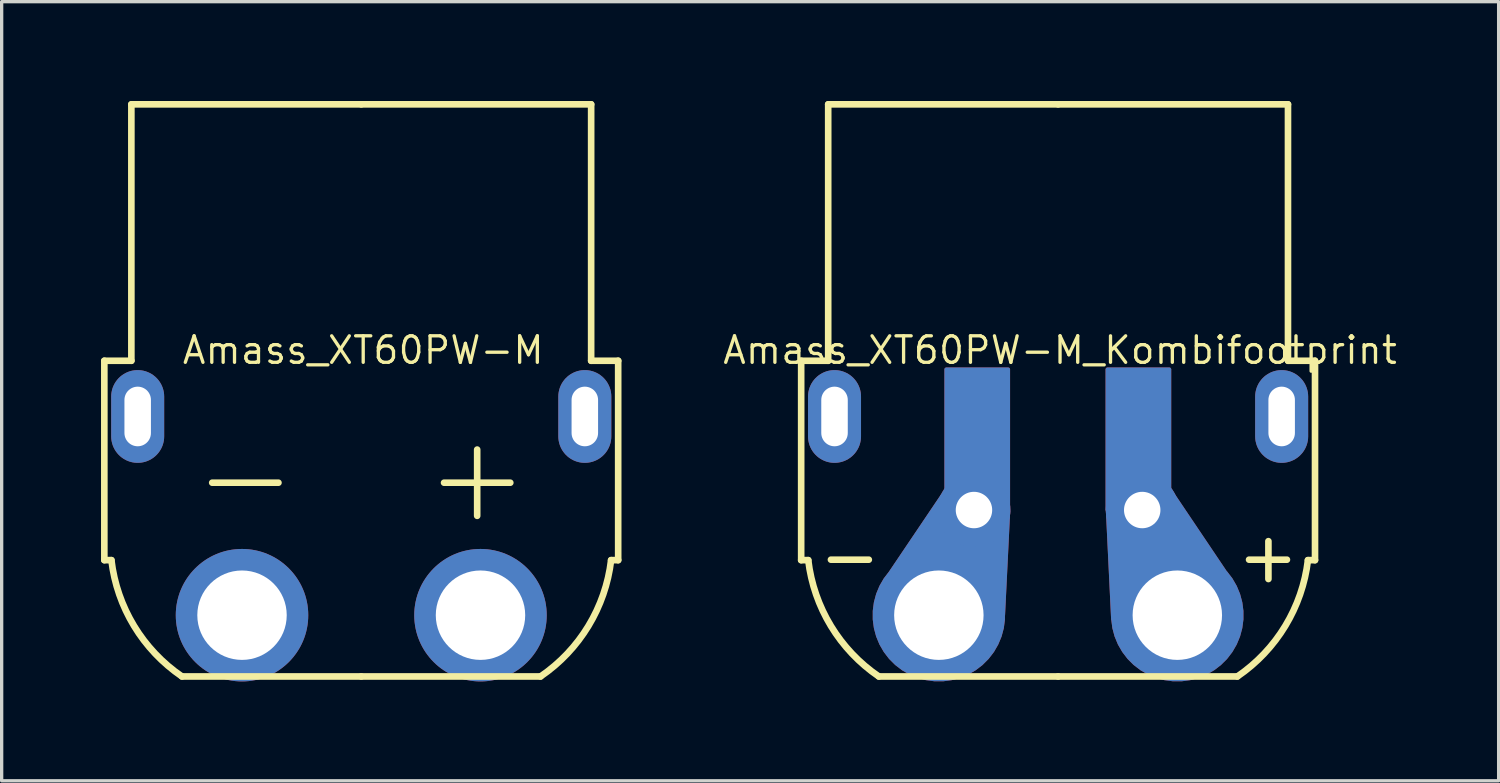
<source format=kicad_pcb>
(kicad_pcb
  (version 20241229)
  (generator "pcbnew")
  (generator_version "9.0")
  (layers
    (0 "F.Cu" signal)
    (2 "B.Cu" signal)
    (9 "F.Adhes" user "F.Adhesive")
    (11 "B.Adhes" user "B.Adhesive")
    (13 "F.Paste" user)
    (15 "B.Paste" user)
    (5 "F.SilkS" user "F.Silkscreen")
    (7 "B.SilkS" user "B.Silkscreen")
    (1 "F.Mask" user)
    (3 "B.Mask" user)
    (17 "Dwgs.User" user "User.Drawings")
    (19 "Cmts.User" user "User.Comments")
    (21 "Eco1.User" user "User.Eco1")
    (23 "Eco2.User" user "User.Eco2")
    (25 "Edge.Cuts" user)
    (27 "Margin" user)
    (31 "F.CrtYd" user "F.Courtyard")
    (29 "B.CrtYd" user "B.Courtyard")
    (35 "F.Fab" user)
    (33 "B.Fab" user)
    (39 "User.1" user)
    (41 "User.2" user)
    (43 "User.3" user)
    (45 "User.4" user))
  (footprint "Amass_XT60PW-M"
    (layer "F.Cu")
    (at 7.857 15.524)
    (property "Reference" "Amass_XT60PW-M" (at 0.059 -8 0) (layer "F.SilkS") (effects (font (size 0.8 0.8) (thickness 0.1))))
    (attr through_hole)
    (fp_line (start -7.757 -7.682) (end -7.757 -1.662) (stroke (width 0.2) (type solid)) (layer "F.SilkS"))
    (fp_line (start -7.757 -1.662) (end -7.543 -1.662) (stroke (width 0.2) (type solid)) (layer "F.SilkS"))
    (fp_line (start -6.941 -15.424) (end -6.941 -7.682) (stroke (width 0.2) (type solid)) (layer "F.SilkS"))
    (fp_line (start -6.941 -15.424) (end 0 -15.424) (stroke (width 0.2) (type solid)) (layer "F.SilkS"))
    (fp_line (start -6.941 -7.682) (end -7.757 -7.682) (stroke (width 0.2) (type solid)) (layer "F.SilkS"))
    (fp_line (start -5.413 1.85) (end 0 1.85) (stroke (width 0.2) (type solid)) (layer "F.SilkS"))
    (fp_line (start -4.5 -4) (end -2.5 -4) (stroke (width 0.2) (type solid)) (layer "F.SilkS"))
    (fp_line (start 2.5 -4) (end 4.5 -4) (stroke (width 0.2) (type solid)) (layer "F.SilkS"))
    (fp_line (start 3.5 -5) (end 3.5 -3) (stroke (width 0.2) (type solid)) (layer "F.SilkS"))
    (fp_line (start 5.413 1.85) (end 0 1.85) (stroke (width 0.2) (type solid)) (layer "F.SilkS"))
    (fp_line (start 6.941 -15.424) (end 0 -15.424) (stroke (width 0.2) (type solid)) (layer "F.SilkS"))
    (fp_line (start 6.941 -15.424) (end 6.941 -7.682) (stroke (width 0.2) (type solid)) (layer "F.SilkS"))
    (fp_line (start 6.941 -7.682) (end 7.757 -7.682) (stroke (width 0.2) (type solid)) (layer "F.SilkS"))
    (fp_line (start 7.757 -7.682) (end 7.757 -1.662) (stroke (width 0.2) (type solid)) (layer "F.SilkS"))
    (fp_line (start 7.757 -1.662) (end 7.543 -1.662) (stroke (width 0.2) (type solid)) (layer "F.SilkS"))
    (fp_arc (start -5.413054 1.85) (mid -6.858863 0.324953) (end -7.543269 -1.661935) (stroke (width 0.2) (type solid)) (layer "F.SilkS"))
    (fp_arc (start 7.543269 -1.661935) (mid 6.858863 0.324952) (end 5.413054 1.85) (stroke (width 0.2) (type solid)) (layer "F.SilkS"))
    (pad "" thru_hole oval (at -6.75 -6) (size 1.6 2.8) (drill oval 0.8 1.8) (layers "*.Cu" "*.Mask"))
    (pad "" thru_hole oval (at 6.75 -6) (size 1.6 2.8) (drill oval 0.8 1.8) (layers "*.Cu" "*.Mask"))
    (pad "1" thru_hole circle (at -3.6 0) (size 4 4) (drill 2.7) (layers "*.Cu" "*.Mask"))
    (pad "2" thru_hole circle (at 3.6 0) (size 4 4) (drill 2.7) (layers "*.Cu" "*.Mask")))
  (footprint "Amass_XT60PW-M_Kombifootprint"
    (layer "F.Cu")
    (at 28.896 15.524)
    (property "Reference" "Amass_XT60PW-M_Kombifootprint" (at 0.059 -8 0) (layer "F.SilkS") (effects (font (size 0.8 0.8) (thickness 0.1))))
    (attr through_hole)
    (fp_line (start -7.757 -7.682) (end -7.757 -1.662) (stroke (width 0.2) (type solid)) (layer "F.SilkS"))
    (fp_line (start -7.757 -1.662) (end -7.543 -1.662) (stroke (width 0.2) (type solid)) (layer "F.SilkS"))
    (fp_line (start -6.941 -15.424) (end -6.941 -7.682) (stroke (width 0.2) (type solid)) (layer "F.SilkS"))
    (fp_line (start -6.941 -15.424) (end 0 -15.424) (stroke (width 0.2) (type solid)) (layer "F.SilkS"))
    (fp_line (start -6.941 -7.682) (end -7.757 -7.682) (stroke (width 0.2) (type solid)) (layer "F.SilkS"))
    (fp_line (start -6.858 -1.676) (end -5.715 -1.676) (stroke (width 0.2) (type solid)) (layer "F.SilkS"))
    (fp_line (start -5.413 1.85) (end 0 1.85) (stroke (width 0.2) (type solid)) (layer "F.SilkS"))
    (fp_line (start 5.413 1.85) (end 0 1.85) (stroke (width 0.2) (type solid)) (layer "F.SilkS"))
    (fp_line (start 5.766 -1.676) (end 6.909 -1.676) (stroke (width 0.2) (type solid)) (layer "F.SilkS"))
    (fp_line (start 6.35 -1.092) (end 6.35 -2.235) (stroke (width 0.2) (type solid)) (layer "F.SilkS"))
    (fp_line (start 6.941 -15.424) (end 0 -15.424) (stroke (width 0.2) (type solid)) (layer "F.SilkS"))
    (fp_line (start 6.941 -15.424) (end 6.941 -7.682) (stroke (width 0.2) (type solid)) (layer "F.SilkS"))
    (fp_line (start 6.941 -7.682) (end 7.757 -7.682) (stroke (width 0.2) (type solid)) (layer "F.SilkS"))
    (fp_line (start 7.757 -7.682) (end 7.757 -1.662) (stroke (width 0.2) (type solid)) (layer "F.SilkS"))
    (fp_line (start 7.757 -1.662) (end 7.543 -1.662) (stroke (width 0.2) (type solid)) (layer "F.SilkS"))
    (fp_arc (start -5.413054 1.85) (mid -6.858863 0.324953) (end -7.543269 -1.661935) (stroke (width 0.2) (type solid)) (layer "F.SilkS"))
    (fp_arc (start 7.543269 -1.661935) (mid 6.858863 0.324952) (end 5.413054 1.85) (stroke (width 0.2) (type solid)) (layer "F.SilkS"))
    (pad "" thru_hole oval (at -6.75 -6) (size 1.6 2.8) (drill oval 0.8 1.8) (layers "*.Cu" "*.Mask"))
    (pad "" thru_hole oval (at 6.75 -6) (size 1.6 2.8) (drill oval 0.8 1.8) (layers "*.Cu" "*.Mask"))
    (pad "1" thru_hole custom (at -3.6 0) (size 4 4) (drill 2.7) (layers "*.Cu" "*.Mask") (options (anchor circle)) (primitives (gr_poly (pts (xy -1.861 0) (xy 1.949 0) (xy 2.104 -3.147) (xy 1.695 -3.937) (xy 1.441 -4.064) (xy 0.107 -3.619) (xy -1.734 -0.889)) (width 0.1) (fill yes)) (gr_poly (pts (xy 0.218 -3.175) (xy 0.218 -7.429) (xy 2.1 -7.429) (xy 2.1 -3.175)) (width 0.1) (fill yes))))
    (pad "1" thru_hole circle (at -2.54 -3.175) (size 2.2 2.2) (drill 1.1) (layers "*.Cu" "*.Mask"))
    (pad "2" thru_hole circle (at 2.54 -3.175) (size 2.2 2.2) (drill 1.1) (layers "*.Cu" "*.Mask"))
    (pad "2" thru_hole custom (at 3.6 0) (size 4 4) (drill 2.7) (layers "*.Cu" "*.Mask") (options (anchor circle)) (primitives (gr_poly (pts (xy -1.949 0.127) (xy -2.109 -3.188) (xy -1.504 -4.064) (xy -0.552 -4.064) (xy -0.199 -3.752) (xy 1.447 -1.306)) (width 0.1) (fill yes)) (gr_poly (pts (xy -2.117 -3.175) (xy -2.117 -7.429) (xy -0.234 -7.429) (xy -0.234 -3.175)) (width 0.1) (fill yes)))))
  (gr_rect
    (start -3 -3)
    (end 42.197 20.524)
    (stroke (width 0.1) (type default))
    (fill no)
    (layer "Edge.Cuts")))
</source>
